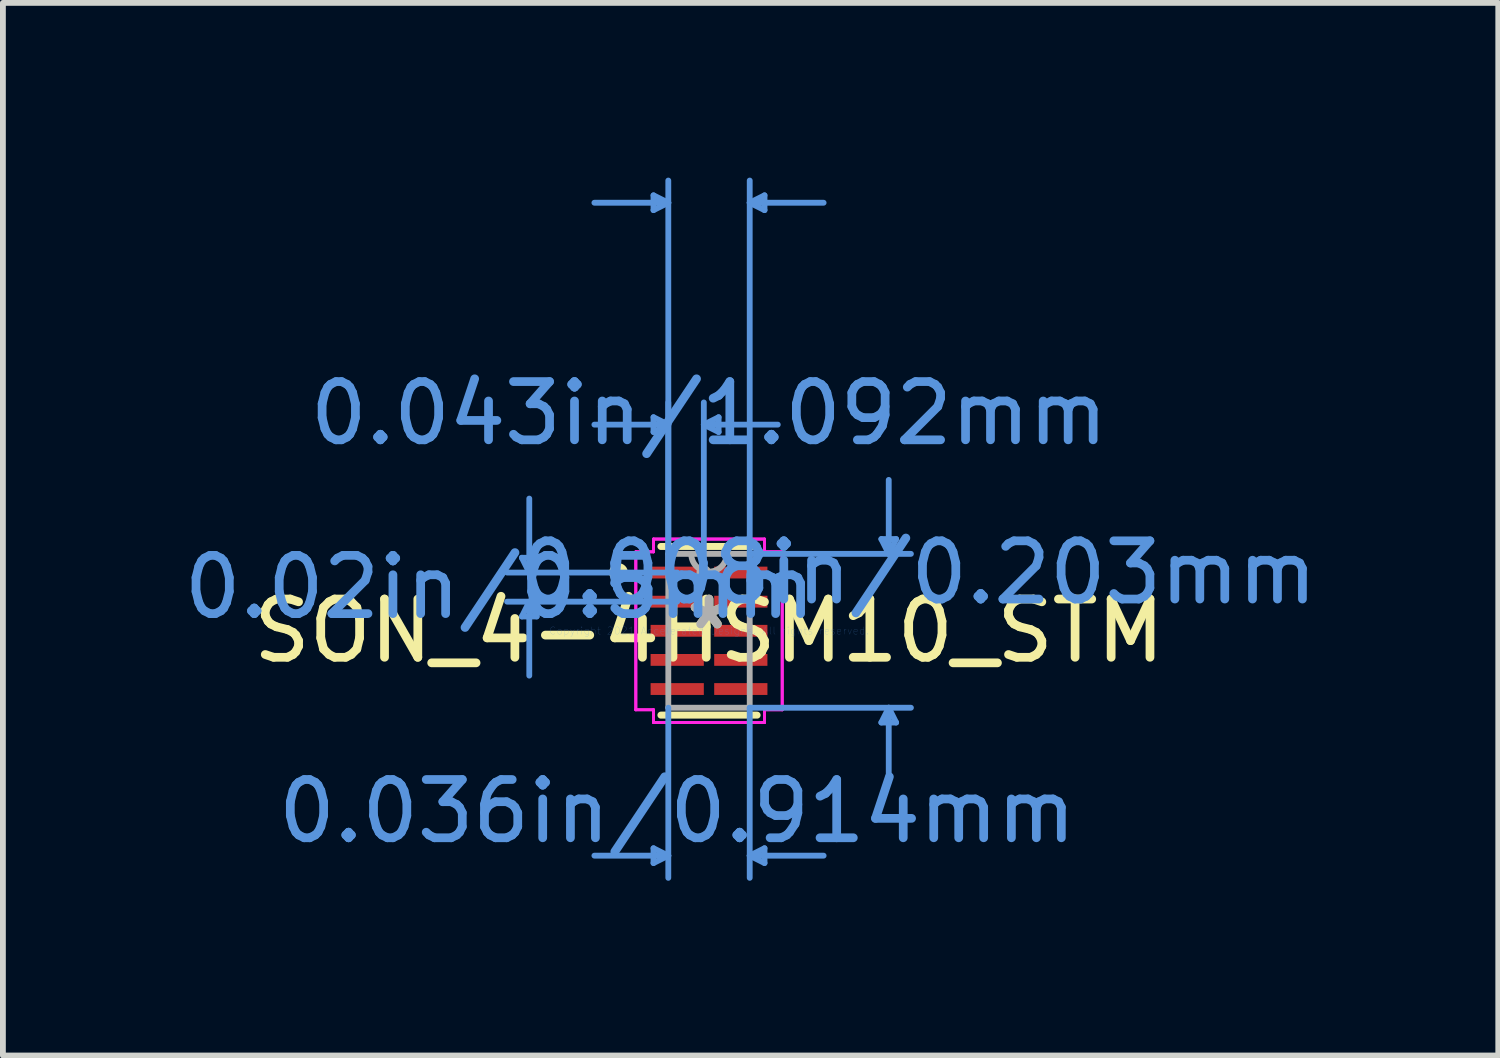
<source format=kicad_pcb>
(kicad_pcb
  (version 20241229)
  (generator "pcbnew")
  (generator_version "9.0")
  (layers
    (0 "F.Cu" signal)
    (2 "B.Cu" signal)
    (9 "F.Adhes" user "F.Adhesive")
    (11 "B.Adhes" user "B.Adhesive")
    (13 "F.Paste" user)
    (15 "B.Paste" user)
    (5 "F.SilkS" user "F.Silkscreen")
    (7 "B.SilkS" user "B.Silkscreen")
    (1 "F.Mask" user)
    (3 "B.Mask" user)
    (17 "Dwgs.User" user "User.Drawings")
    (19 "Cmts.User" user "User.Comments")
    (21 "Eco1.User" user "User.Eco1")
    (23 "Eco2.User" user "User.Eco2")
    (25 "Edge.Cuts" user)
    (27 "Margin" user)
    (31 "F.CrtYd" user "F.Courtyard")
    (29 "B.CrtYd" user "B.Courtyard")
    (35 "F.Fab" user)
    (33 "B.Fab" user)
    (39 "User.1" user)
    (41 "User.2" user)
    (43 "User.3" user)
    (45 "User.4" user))
  (footprint "SON_4-4HSM10_STM"
    (layer "F.Cu")
    (at 9.124 7.781)
    (property "Reference" "SON_4-4HSM10_STM" (at 0 0 0) (layer "F.SilkS") (effects (font (size 1 1) (thickness 0.15))))
    (attr through_hole)
    (fp_line (start -0.826 1.448) (end 0.826 1.448) (stroke (width 0.12) (type solid)) (layer "F.SilkS"))
    (fp_line (start 0.826 -1.448) (end -0.826 -1.448) (stroke (width 0.12) (type solid)) (layer "F.SilkS"))
    (fp_circle (center -1.554 -1) (end -1.453 -1) (stroke (width 0.12) (type solid)) (fill no) (layer "F.SilkS"))
    (fp_line (start -3.213 -1.254) (end -2.959 -1.254) (stroke (width 0.1) (type solid)) (layer "Cmts.User"))
    (fp_line (start -3.213 -0.246) (end -2.959 -0.246) (stroke (width 0.1) (type solid)) (layer "Cmts.User"))
    (fp_line (start -3.086 -1) (end -3.213 -1.254) (stroke (width 0.1) (type solid)) (layer "Cmts.User"))
    (fp_line (start -3.086 -1) (end -3.086 -2.27) (stroke (width 0.1) (type solid)) (layer "Cmts.User"))
    (fp_line (start -3.086 -1) (end -2.959 -1.254) (stroke (width 0.1) (type solid)) (layer "Cmts.User"))
    (fp_line (start -3.086 -0.5) (end -3.213 -0.246) (stroke (width 0.1) (type solid)) (layer "Cmts.User"))
    (fp_line (start -3.086 -0.5) (end -3.086 0.77) (stroke (width 0.1) (type solid)) (layer "Cmts.User"))
    (fp_line (start -3.086 -0.5) (end -2.959 -0.246) (stroke (width 0.1) (type solid)) (layer "Cmts.User"))
    (fp_line (start -0.953 -7.477) (end -0.953 -7.223) (stroke (width 0.1) (type solid)) (layer "Cmts.User"))
    (fp_line (start -0.953 -3.667) (end -0.953 -3.413) (stroke (width 0.1) (type solid)) (layer "Cmts.User"))
    (fp_line (start -0.953 3.734) (end -0.953 3.988) (stroke (width 0.1) (type solid)) (layer "Cmts.User"))
    (fp_line (start -0.699 -7.35) (end -1.968 -7.35) (stroke (width 0.1) (type solid)) (layer "Cmts.User"))
    (fp_line (start -0.699 -7.35) (end -0.953 -7.477) (stroke (width 0.1) (type solid)) (layer "Cmts.User"))
    (fp_line (start -0.699 -7.35) (end -0.953 -7.223) (stroke (width 0.1) (type solid)) (layer "Cmts.User"))
    (fp_line (start -0.699 -3.54) (end -1.968 -3.54) (stroke (width 0.1) (type solid)) (layer "Cmts.User"))
    (fp_line (start -0.699 -3.54) (end -0.953 -3.667) (stroke (width 0.1) (type solid)) (layer "Cmts.User"))
    (fp_line (start -0.699 -3.54) (end -0.953 -3.413) (stroke (width 0.1) (type solid)) (layer "Cmts.User"))
    (fp_line (start -0.699 -1) (end -0.699 -7.731) (stroke (width 0.1) (type solid)) (layer "Cmts.User"))
    (fp_line (start -0.699 -1) (end -0.699 -3.921) (stroke (width 0.1) (type solid)) (layer "Cmts.User"))
    (fp_line (start -0.699 1.321) (end -0.699 4.242) (stroke (width 0.1) (type solid)) (layer "Cmts.User"))
    (fp_line (start -0.699 3.861) (end -1.968 3.861) (stroke (width 0.1) (type solid)) (layer "Cmts.User"))
    (fp_line (start -0.699 3.861) (end -0.953 3.734) (stroke (width 0.1) (type solid)) (layer "Cmts.User"))
    (fp_line (start -0.699 3.861) (end -0.953 3.988) (stroke (width 0.1) (type solid)) (layer "Cmts.User"))
    (fp_line (start -0.546 -1) (end -3.467 -1) (stroke (width 0.1) (type solid)) (layer "Cmts.User"))
    (fp_line (start -0.546 -0.5) (end -3.467 -0.5) (stroke (width 0.1) (type solid)) (layer "Cmts.User"))
    (fp_line (start -0.089 -3.54) (end 0.165 -3.667) (stroke (width 0.1) (type solid)) (layer "Cmts.User"))
    (fp_line (start -0.089 -3.54) (end 0.165 -3.413) (stroke (width 0.1) (type solid)) (layer "Cmts.User"))
    (fp_line (start -0.089 -3.54) (end 1.181 -3.54) (stroke (width 0.1) (type solid)) (layer "Cmts.User"))
    (fp_line (start -0.089 -1) (end -0.089 -3.921) (stroke (width 0.1) (type solid)) (layer "Cmts.User"))
    (fp_line (start 0.165 -3.667) (end 0.165 -3.413) (stroke (width 0.1) (type solid)) (layer "Cmts.User"))
    (fp_line (start 0.699 -7.35) (end 0.953 -7.477) (stroke (width 0.1) (type solid)) (layer "Cmts.User"))
    (fp_line (start 0.699 -7.35) (end 0.953 -7.223) (stroke (width 0.1) (type solid)) (layer "Cmts.User"))
    (fp_line (start 0.699 -7.35) (end 1.968 -7.35) (stroke (width 0.1) (type solid)) (layer "Cmts.User"))
    (fp_line (start 0.699 -1.321) (end 3.467 -1.321) (stroke (width 0.1) (type solid)) (layer "Cmts.User"))
    (fp_line (start 0.699 -1) (end 0.699 -7.731) (stroke (width 0.1) (type solid)) (layer "Cmts.User"))
    (fp_line (start 0.699 1.321) (end 0.699 4.242) (stroke (width 0.1) (type solid)) (layer "Cmts.User"))
    (fp_line (start 0.699 1.321) (end 3.467 1.321) (stroke (width 0.1) (type solid)) (layer "Cmts.User"))
    (fp_line (start 0.699 3.861) (end 0.953 3.734) (stroke (width 0.1) (type solid)) (layer "Cmts.User"))
    (fp_line (start 0.699 3.861) (end 0.953 3.988) (stroke (width 0.1) (type solid)) (layer "Cmts.User"))
    (fp_line (start 0.699 3.861) (end 1.968 3.861) (stroke (width 0.1) (type solid)) (layer "Cmts.User"))
    (fp_line (start 0.953 -7.477) (end 0.953 -7.223) (stroke (width 0.1) (type solid)) (layer "Cmts.User"))
    (fp_line (start 0.953 3.734) (end 0.953 3.988) (stroke (width 0.1) (type solid)) (layer "Cmts.User"))
    (fp_line (start 2.959 -1.575) (end 3.213 -1.575) (stroke (width 0.1) (type solid)) (layer "Cmts.User"))
    (fp_line (start 2.959 1.575) (end 3.213 1.575) (stroke (width 0.1) (type solid)) (layer "Cmts.User"))
    (fp_line (start 3.086 -1.321) (end 2.959 -1.575) (stroke (width 0.1) (type solid)) (layer "Cmts.User"))
    (fp_line (start 3.086 -1.321) (end 3.086 -2.591) (stroke (width 0.1) (type solid)) (layer "Cmts.User"))
    (fp_line (start 3.086 -1.321) (end 3.213 -1.575) (stroke (width 0.1) (type solid)) (layer "Cmts.User"))
    (fp_line (start 3.086 1.321) (end 2.959 1.575) (stroke (width 0.1) (type solid)) (layer "Cmts.User"))
    (fp_line (start 3.086 1.321) (end 3.086 2.591) (stroke (width 0.1) (type solid)) (layer "Cmts.User"))
    (fp_line (start 3.086 1.321) (end 3.213 1.575) (stroke (width 0.1) (type solid)) (layer "Cmts.User"))
    (fp_line (start -1.257 -1.356) (end -0.953 -1.356) (stroke (width 0.05) (type solid)) (layer "F.CrtYd"))
    (fp_line (start -1.257 -1.356) (end -0.953 -1.356) (stroke (width 0.05) (type solid)) (layer "F.CrtYd"))
    (fp_line (start -1.257 1.356) (end -1.257 -1.356) (stroke (width 0.05) (type solid)) (layer "F.CrtYd"))
    (fp_line (start -1.257 1.356) (end -1.257 -1.356) (stroke (width 0.05) (type solid)) (layer "F.CrtYd"))
    (fp_line (start -1.257 1.356) (end -0.953 1.356) (stroke (width 0.05) (type solid)) (layer "F.CrtYd"))
    (fp_line (start -0.953 -1.575) (end 0.953 -1.575) (stroke (width 0.05) (type solid)) (layer "F.CrtYd"))
    (fp_line (start -0.953 -1.575) (end 0.953 -1.575) (stroke (width 0.05) (type solid)) (layer "F.CrtYd"))
    (fp_line (start -0.953 -1.356) (end -0.953 -1.575) (stroke (width 0.05) (type solid)) (layer "F.CrtYd"))
    (fp_line (start -0.953 -1.356) (end -0.953 -1.575) (stroke (width 0.05) (type solid)) (layer "F.CrtYd"))
    (fp_line (start -0.953 1.356) (end -1.257 1.356) (stroke (width 0.05) (type solid)) (layer "F.CrtYd"))
    (fp_line (start -0.953 1.575) (end -0.953 1.356) (stroke (width 0.05) (type solid)) (layer "F.CrtYd"))
    (fp_line (start -0.953 1.575) (end -0.953 1.356) (stroke (width 0.05) (type solid)) (layer "F.CrtYd"))
    (fp_line (start 0.953 -1.575) (end 0.953 -1.356) (stroke (width 0.05) (type solid)) (layer "F.CrtYd"))
    (fp_line (start 0.953 -1.575) (end 0.953 -1.356) (stroke (width 0.05) (type solid)) (layer "F.CrtYd"))
    (fp_line (start 0.953 -1.356) (end 1.257 -1.356) (stroke (width 0.05) (type solid)) (layer "F.CrtYd"))
    (fp_line (start 0.953 1.356) (end 0.953 1.575) (stroke (width 0.05) (type solid)) (layer "F.CrtYd"))
    (fp_line (start 0.953 1.356) (end 0.953 1.575) (stroke (width 0.05) (type solid)) (layer "F.CrtYd"))
    (fp_line (start 0.953 1.575) (end -0.953 1.575) (stroke (width 0.05) (type solid)) (layer "F.CrtYd"))
    (fp_line (start 0.953 1.575) (end -0.953 1.575) (stroke (width 0.05) (type solid)) (layer "F.CrtYd"))
    (fp_line (start 1.257 -1.356) (end 0.953 -1.356) (stroke (width 0.05) (type solid)) (layer "F.CrtYd"))
    (fp_line (start 1.257 -1.356) (end 1.257 1.356) (stroke (width 0.05) (type solid)) (layer "F.CrtYd"))
    (fp_line (start 1.257 -1.356) (end 1.257 1.356) (stroke (width 0.05) (type solid)) (layer "F.CrtYd"))
    (fp_line (start 1.257 1.356) (end 0.953 1.356) (stroke (width 0.05) (type solid)) (layer "F.CrtYd"))
    (fp_line (start 1.257 1.356) (end 0.953 1.356) (stroke (width 0.05) (type solid)) (layer "F.CrtYd"))
    (fp_line (start -0.699 -1.321) (end -0.699 1.321) (stroke (width 0.1) (type solid)) (layer "F.Fab"))
    (fp_line (start -0.699 1.321) (end 0.699 1.321) (stroke (width 0.1) (type solid)) (layer "F.Fab"))
    (fp_line (start 0.699 -1.321) (end -0.699 -1.321) (stroke (width 0.1) (type solid)) (layer "F.Fab"))
    (fp_line (start 0.699 1.321) (end 0.699 -1.321) (stroke (width 0.1) (type solid)) (layer "F.Fab"))
    (fp_arc (start 0.3048 -1.3208) (mid 0 -1.016) (end -0.3048 -1.3208) (stroke (width 0.1) (type solid)) (layer "F.Fab"))
    (fp_circle (center -0.089 -1) (end -0.013 -1) (stroke (width 0.1) (type solid)) (fill no) (layer "F.Fab"))
    (fp_text user "*" (at 0 0 0) (layer "F.SilkS") (effects (font (size 1 1) (thickness 0.15))))
    (fp_text user "0.008in/0.203mm" (at 3.594 -1 0) (layer "Cmts.User") (effects (font (size 1 1) (thickness 0.15))))
    (fp_text user "0.043in/1.092mm" (at 0 -3.734 0) (layer "Cmts.User") (effects (font (size 1 1) (thickness 0.15))))
    (fp_text user "Copyright 2021 Accelerated Designs. All rights reserved." (at 0 0 0) (layer "Cmts.User") (effects (font (size 0.127 0.127) (thickness 0.002))))
    (fp_text user "0.036in/0.914mm" (at -0.546 3.099 0) (layer "Cmts.User") (effects (font (size 1 1) (thickness 0.15))))
    (fp_text user "0.02in/0.5mm" (at -3.594 -0.75 0) (layer "Cmts.User") (effects (font (size 1 1) (thickness 0.15))))
    (fp_text user "*" (at 0 0 0) (layer "F.Fab") (effects (font (size 1 1) (thickness 0.15))))
    (pad "1" smd rect (at -0.546 -1) (size 0.914 0.203) (layers "F.Cu" "F.Mask" "F.Paste"))
    (pad "2" smd rect (at -0.546 -0.5) (size 0.914 0.203) (layers "F.Cu" "F.Mask" "F.Paste"))
    (pad "3" smd rect (at -0.546 0) (size 0.914 0.203) (layers "F.Cu" "F.Mask" "F.Paste"))
    (pad "4" smd rect (at -0.546 0.5) (size 0.914 0.203) (layers "F.Cu" "F.Mask" "F.Paste"))
    (pad "5" smd rect (at -0.546 1) (size 0.914 0.203) (layers "F.Cu" "F.Mask" "F.Paste"))
    (pad "6" smd rect (at 0.546 1) (size 0.914 0.203) (layers "F.Cu" "F.Mask" "F.Paste"))
    (pad "7" smd rect (at 0.546 0.5) (size 0.914 0.203) (layers "F.Cu" "F.Mask" "F.Paste"))
    (pad "8" smd rect (at 0.546 0) (size 0.914 0.203) (layers "F.Cu" "F.Mask" "F.Paste"))
    (pad "9" smd rect (at 0.546 -0.5) (size 0.914 0.203) (layers "F.Cu" "F.Mask" "F.Paste"))
    (pad "10" smd rect (at 0.546 -1) (size 0.914 0.203) (layers "F.Cu" "F.Mask" "F.Paste")))
  (gr_rect
    (start -3 -3)
    (end 22.676 15.073)
    (stroke (width 0.1) (type default))
    (fill no)
    (layer "Edge.Cuts")))
</source>
